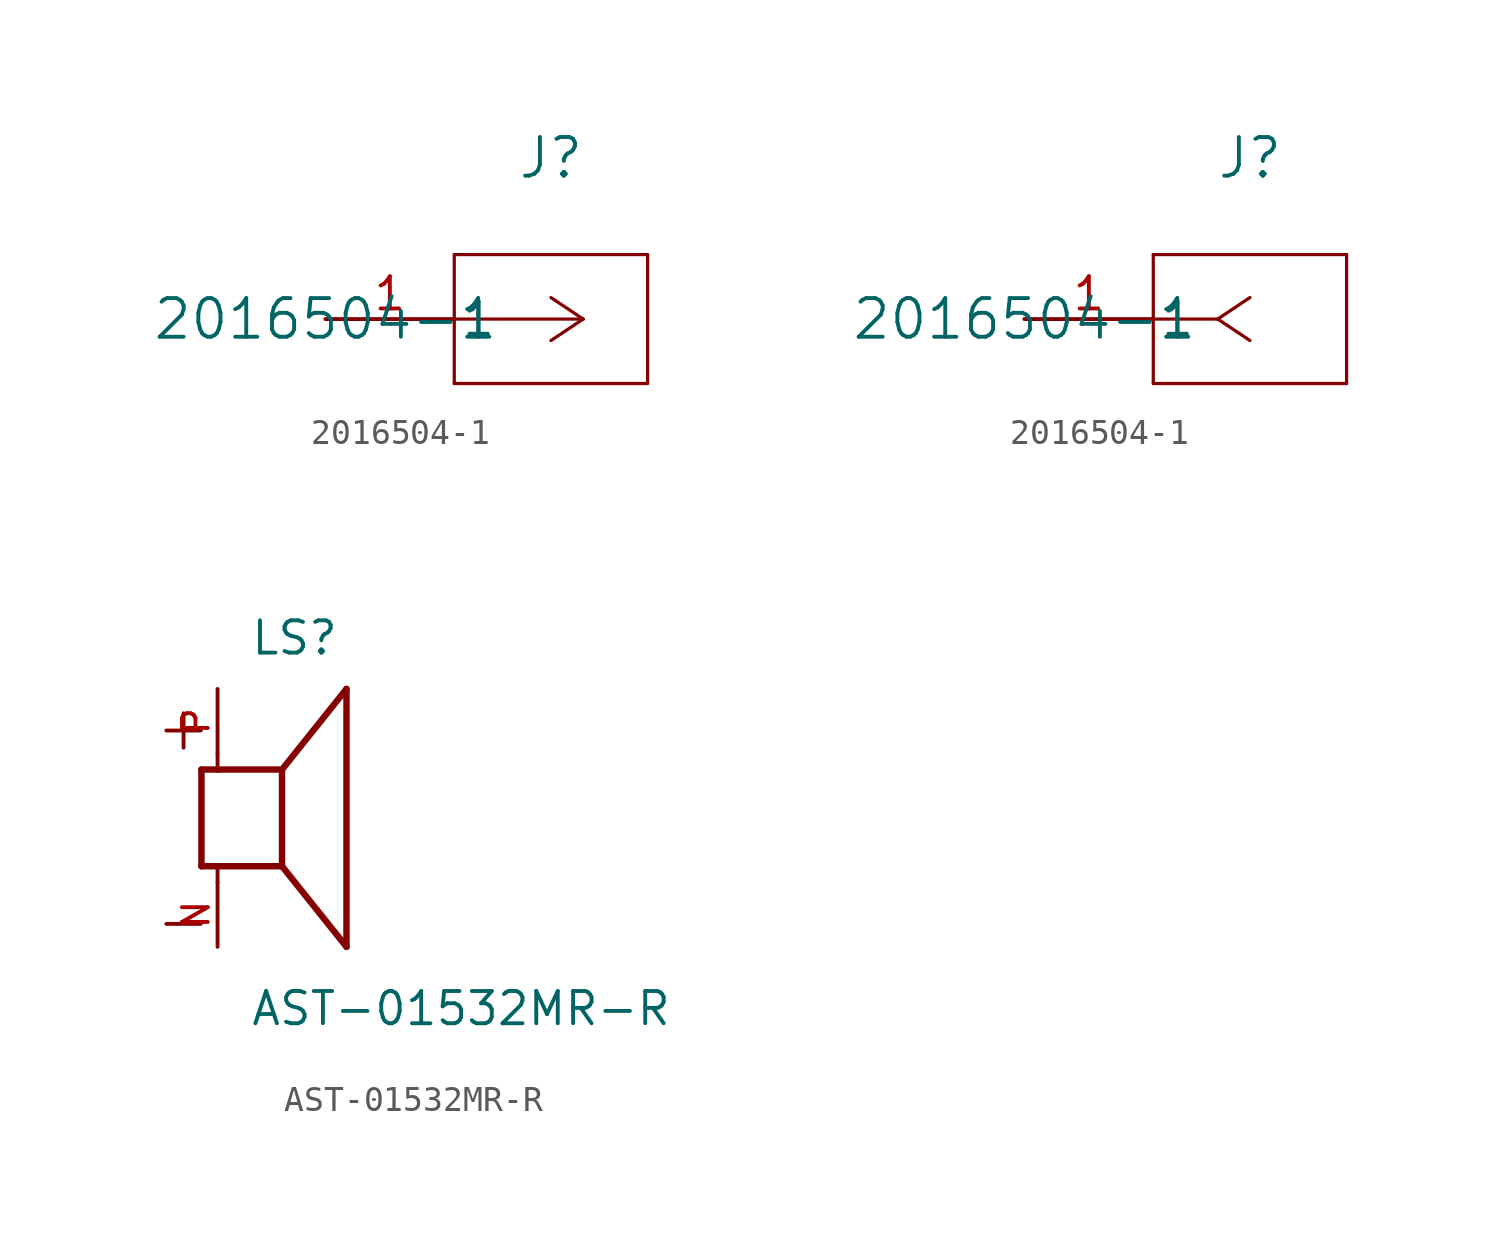
<source format=kicad_sym>
(kicad_symbol_lib
  (version 20231120)
  (generator "kicad_symbol_editor")
  (generator_version "8.0")
  (symbol "2016504-1"
    (pin_names
      (offset 0.254))
    (property "Reference" "J"
      (at 8.89 6.35 0)
      (effects (font (size 1.524 1.524))))
    (property "Value" "2016504-1"
      (at 0 0 0)
      (effects (font (size 1.524 1.524))))
    (property "ki_locked" ""
      (at 0 0 0)
      (effects (font (size 1.27 1.27))))
    (symbol "2016504-1_1_1"
      (polyline (pts (xy 5.08 -2.54) (xy 12.7 -2.54)) (stroke (width 0.127) (type default)) (fill (type none)))
      (polyline (pts (xy 5.08 2.54) (xy 5.08 -2.54)) (stroke (width 0.127) (type default)) (fill (type none)))
      (polyline (pts (xy 10.16 0) (xy 5.08 0)) (stroke (width 0.127) (type default)) (fill (type none)))
      (polyline (pts (xy 10.16 0) (xy 8.89 -0.847)) (stroke (width 0.127) (type default)) (fill (type none)))
      (polyline (pts (xy 10.16 0) (xy 8.89 0.847)) (stroke (width 0.127) (type default)) (fill (type none)))
      (polyline (pts (xy 12.7 -2.54) (xy 12.7 2.54)) (stroke (width 0.127) (type default)) (fill (type none)))
      (polyline (pts (xy 12.7 2.54) (xy 5.08 2.54)) (stroke (width 0.127) (type default)) (fill (type none)))
      (pin unspecified line (at 0 0 0) (length 5.08) (name "1" (effects (font (size 1.27 1.27)))) (number "1" (effects (font (size 1.27 1.27))))))
    (symbol "2016504-1_1_2"
      (polyline (pts (xy 5.08 -2.54) (xy 12.7 -2.54)) (stroke (width 0.127) (type default)) (fill (type none)))
      (polyline (pts (xy 5.08 2.54) (xy 5.08 -2.54)) (stroke (width 0.127) (type default)) (fill (type none)))
      (polyline (pts (xy 7.62 0) (xy 5.08 0)) (stroke (width 0.127) (type default)) (fill (type none)))
      (polyline (pts (xy 7.62 0) (xy 8.89 -0.847)) (stroke (width 0.127) (type default)) (fill (type none)))
      (polyline (pts (xy 7.62 0) (xy 8.89 0.847)) (stroke (width 0.127) (type default)) (fill (type none)))
      (polyline (pts (xy 12.7 -2.54) (xy 12.7 2.54)) (stroke (width 0.127) (type default)) (fill (type none)))
      (polyline (pts (xy 12.7 2.54) (xy 5.08 2.54)) (stroke (width 0.127) (type default)) (fill (type none)))
      (pin unspecified line (at 0 0 0) (length 5.08) (name "1" (effects (font (size 1.27 1.27)))) (number "1" (effects (font (size 1.27 1.27)))))))
  (symbol "AST-01532MR-R"
    (pin_names
      (offset 1.016))
    (property "Reference" "LS"
      (at -1.27 6.35 0)
      (effects (font (size 1.27 1.27)) (justify left bottom)))
    (property "Value" "AST-01532MR-R"
      (at -1.27 -8.255 0)
      (effects (font (size 1.27 1.27)) (justify left bottom)))
    (symbol "AST-01532MR-R_0_0"
      (polyline (pts (xy -3.175 -1.905) (xy -2.54 -1.905)) (stroke (width 0.254) (type default)) (fill (type none)))
      (polyline (pts (xy -3.175 1.905) (xy -3.175 -1.905)) (stroke (width 0.254) (type default)) (fill (type none)))
      (polyline (pts (xy -3.175 1.905) (xy -2.54 1.905)) (stroke (width 0.254) (type default)) (fill (type none)))
      (polyline (pts (xy -2.54 -2.54) (xy -2.54 -1.905)) (stroke (width 0.152) (type default)) (fill (type none)))
      (polyline (pts (xy -2.54 -1.905) (xy 0 -1.905)) (stroke (width 0.254) (type default)) (fill (type none)))
      (polyline (pts (xy -2.54 1.905) (xy 0 1.905)) (stroke (width 0.254) (type default)) (fill (type none)))
      (polyline (pts (xy -2.54 2.54) (xy -2.54 1.905)) (stroke (width 0.152) (type default)) (fill (type none)))
      (polyline (pts (xy 0 -1.905) (xy 0 1.905)) (stroke (width 0.254) (type default)) (fill (type none)))
      (polyline (pts (xy 0 -1.905) (xy 2.54 -5.08)) (stroke (width 0.254) (type default)) (fill (type none)))
      (polyline (pts (xy 0 1.905) (xy 2.54 5.08)) (stroke (width 0.254) (type default)) (fill (type none)))
      (polyline (pts (xy 2.54 -5.08) (xy 2.54 5.08)) (stroke (width 0.254) (type default)) (fill (type none)))
      (text "+" (at -5.08 2.54 0) (effects (font (size 1.778 1.778)) (justify left bottom)))
      (text "-" (at -5.08 -5.08 0) (effects (font (size 1.778 1.778)) (justify left bottom)))
      (pin passive line (at -2.54 -5.08 90) (length 2.54) (name "~" (effects (font (size 1.016 1.016)))) (number "N" (effects (font (size 1.016 1.016)))))
      (pin passive line (at -2.54 5.08 270) (length 2.54) (name "~" (effects (font (size 1.016 1.016)))) (number "P" (effects (font (size 1.016 1.016))))))))
</source>
